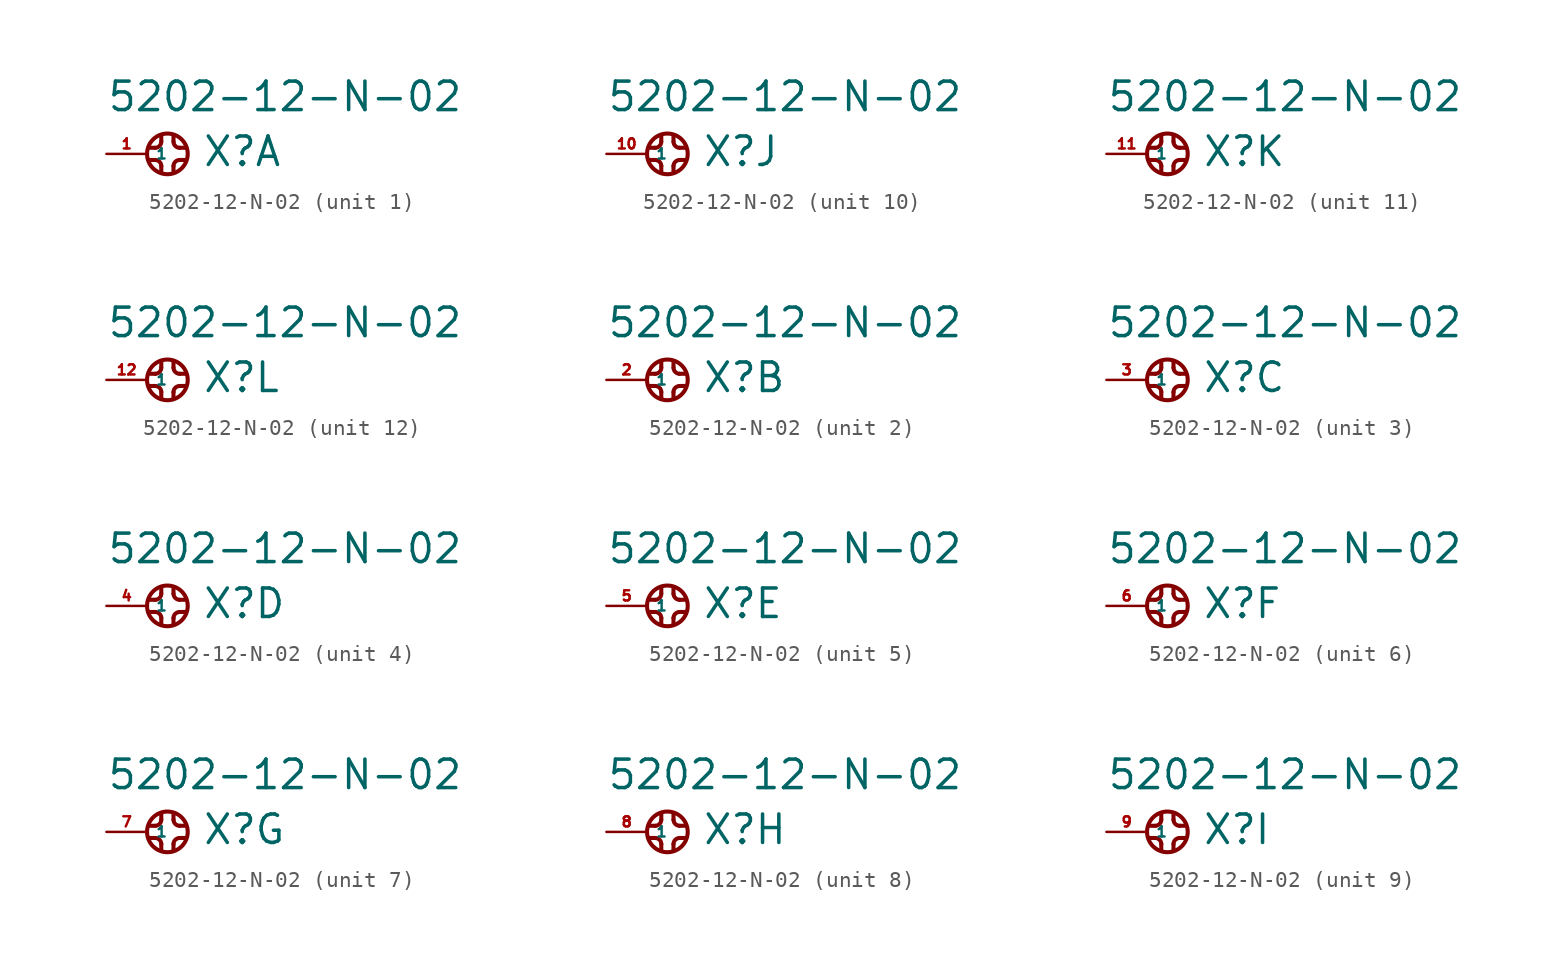
<source format=kicad_sym>
(kicad_symbol_lib
  (version 20220914)
  (generator Eagle2Kicad)
  (symbol "5202-12-N-02"
    (property "Reference" "X"
      (at 3.429 -0.889 0)
      (effects (font (size 1.778 1.778) (thickness 0.22)) (justify left bottom)))
    (property "Value" "5202-12-N-02"
      (at -2.54 2.54 0)
      (effects (font (size 1.778 1.778) (thickness 0.22)) (justify left bottom)))
    (symbol "5202-12-N-02_1_0"
      (polyline (pts (xy 0.889 1.143) (xy 0.889 0.762)) (stroke (width 0.254) (type default)) (fill (type none)))
      (arc (start 0.508 0.381) (mid 0.777 0.493) (end 0.889 0.762) (stroke (width 0.254) (type default)) (fill (type none)))
      (polyline (pts (xy 0.508 0.381) (xy 0.127 0.381)) (stroke (width 0.254) (type default)) (fill (type none)))
      (polyline (pts (xy 0.127 -0.381) (xy 0.508 -0.381)) (stroke (width 0.254) (type default)) (fill (type none)))
      (arc (start 0.889 -0.762) (mid 0.777 -0.493) (end 0.508 -0.381) (stroke (width 0.254) (type default)) (fill (type none)))
      (polyline (pts (xy 0.889 -0.762) (xy 0.889 -1.143)) (stroke (width 0.254) (type default)) (fill (type none)))
      (polyline (pts (xy 1.651 -1.143) (xy 1.651 -0.762)) (stroke (width 0.254) (type default)) (fill (type none)))
      (arc (start 2.032 -0.381) (mid 1.763 -0.493) (end 1.651 -0.762) (stroke (width 0.254) (type default)) (fill (type none)))
      (polyline (pts (xy 2.032 -0.381) (xy 2.413 -0.381)) (stroke (width 0.254) (type default)) (fill (type none)))
      (polyline (pts (xy 2.413 0.381) (xy 2.032 0.381)) (stroke (width 0.254) (type default)) (fill (type none)))
      (arc (start 1.651 0.762) (mid 1.763 0.493) (end 2.032 0.381) (stroke (width 0.254) (type default)) (fill (type none)))
      (polyline (pts (xy 1.651 0.762) (xy 1.651 1.143)) (stroke (width 0.254) (type default)) (fill (type none)))
      (circle (center 1.27 0) (radius 1.27) (stroke (width 0.254) (type default)) (fill (type none)))
      (pin passive line (at -2.54 0 0) (length 2.54) (name "1" (effects (font (size 0.635 0.635) (thickness 0.08)) (justify left bottom))) (number "1" (effects (font (size 0.635 0.635) (thickness 0.08)) (justify left bottom)))))
    (symbol "5202-12-N-02_2_0"
      (polyline (pts (xy 0.889 1.143) (xy 0.889 0.762)) (stroke (width 0.254) (type default)) (fill (type none)))
      (arc (start 0.508 0.381) (mid 0.777 0.493) (end 0.889 0.762) (stroke (width 0.254) (type default)) (fill (type none)))
      (polyline (pts (xy 0.508 0.381) (xy 0.127 0.381)) (stroke (width 0.254) (type default)) (fill (type none)))
      (polyline (pts (xy 0.127 -0.381) (xy 0.508 -0.381)) (stroke (width 0.254) (type default)) (fill (type none)))
      (arc (start 0.889 -0.762) (mid 0.777 -0.493) (end 0.508 -0.381) (stroke (width 0.254) (type default)) (fill (type none)))
      (polyline (pts (xy 0.889 -0.762) (xy 0.889 -1.143)) (stroke (width 0.254) (type default)) (fill (type none)))
      (polyline (pts (xy 1.651 -1.143) (xy 1.651 -0.762)) (stroke (width 0.254) (type default)) (fill (type none)))
      (arc (start 2.032 -0.381) (mid 1.763 -0.493) (end 1.651 -0.762) (stroke (width 0.254) (type default)) (fill (type none)))
      (polyline (pts (xy 2.032 -0.381) (xy 2.413 -0.381)) (stroke (width 0.254) (type default)) (fill (type none)))
      (polyline (pts (xy 2.413 0.381) (xy 2.032 0.381)) (stroke (width 0.254) (type default)) (fill (type none)))
      (arc (start 1.651 0.762) (mid 1.763 0.493) (end 2.032 0.381) (stroke (width 0.254) (type default)) (fill (type none)))
      (polyline (pts (xy 1.651 0.762) (xy 1.651 1.143)) (stroke (width 0.254) (type default)) (fill (type none)))
      (circle (center 1.27 0) (radius 1.27) (stroke (width 0.254) (type default)) (fill (type none)))
      (pin passive line (at -2.54 0 0) (length 2.54) (name "1" (effects (font (size 0.635 0.635) (thickness 0.08)) (justify left bottom))) (number "2" (effects (font (size 0.635 0.635) (thickness 0.08)) (justify left bottom)))))
    (symbol "5202-12-N-02_3_0"
      (polyline (pts (xy 0.889 1.143) (xy 0.889 0.762)) (stroke (width 0.254) (type default)) (fill (type none)))
      (arc (start 0.508 0.381) (mid 0.777 0.493) (end 0.889 0.762) (stroke (width 0.254) (type default)) (fill (type none)))
      (polyline (pts (xy 0.508 0.381) (xy 0.127 0.381)) (stroke (width 0.254) (type default)) (fill (type none)))
      (polyline (pts (xy 0.127 -0.381) (xy 0.508 -0.381)) (stroke (width 0.254) (type default)) (fill (type none)))
      (arc (start 0.889 -0.762) (mid 0.777 -0.493) (end 0.508 -0.381) (stroke (width 0.254) (type default)) (fill (type none)))
      (polyline (pts (xy 0.889 -0.762) (xy 0.889 -1.143)) (stroke (width 0.254) (type default)) (fill (type none)))
      (polyline (pts (xy 1.651 -1.143) (xy 1.651 -0.762)) (stroke (width 0.254) (type default)) (fill (type none)))
      (arc (start 2.032 -0.381) (mid 1.763 -0.493) (end 1.651 -0.762) (stroke (width 0.254) (type default)) (fill (type none)))
      (polyline (pts (xy 2.032 -0.381) (xy 2.413 -0.381)) (stroke (width 0.254) (type default)) (fill (type none)))
      (polyline (pts (xy 2.413 0.381) (xy 2.032 0.381)) (stroke (width 0.254) (type default)) (fill (type none)))
      (arc (start 1.651 0.762) (mid 1.763 0.493) (end 2.032 0.381) (stroke (width 0.254) (type default)) (fill (type none)))
      (polyline (pts (xy 1.651 0.762) (xy 1.651 1.143)) (stroke (width 0.254) (type default)) (fill (type none)))
      (circle (center 1.27 0) (radius 1.27) (stroke (width 0.254) (type default)) (fill (type none)))
      (pin passive line (at -2.54 0 0) (length 2.54) (name "1" (effects (font (size 0.635 0.635) (thickness 0.08)) (justify left bottom))) (number "3" (effects (font (size 0.635 0.635) (thickness 0.08)) (justify left bottom)))))
    (symbol "5202-12-N-02_4_0"
      (polyline (pts (xy 0.889 1.143) (xy 0.889 0.762)) (stroke (width 0.254) (type default)) (fill (type none)))
      (arc (start 0.508 0.381) (mid 0.777 0.493) (end 0.889 0.762) (stroke (width 0.254) (type default)) (fill (type none)))
      (polyline (pts (xy 0.508 0.381) (xy 0.127 0.381)) (stroke (width 0.254) (type default)) (fill (type none)))
      (polyline (pts (xy 0.127 -0.381) (xy 0.508 -0.381)) (stroke (width 0.254) (type default)) (fill (type none)))
      (arc (start 0.889 -0.762) (mid 0.777 -0.493) (end 0.508 -0.381) (stroke (width 0.254) (type default)) (fill (type none)))
      (polyline (pts (xy 0.889 -0.762) (xy 0.889 -1.143)) (stroke (width 0.254) (type default)) (fill (type none)))
      (polyline (pts (xy 1.651 -1.143) (xy 1.651 -0.762)) (stroke (width 0.254) (type default)) (fill (type none)))
      (arc (start 2.032 -0.381) (mid 1.763 -0.493) (end 1.651 -0.762) (stroke (width 0.254) (type default)) (fill (type none)))
      (polyline (pts (xy 2.032 -0.381) (xy 2.413 -0.381)) (stroke (width 0.254) (type default)) (fill (type none)))
      (polyline (pts (xy 2.413 0.381) (xy 2.032 0.381)) (stroke (width 0.254) (type default)) (fill (type none)))
      (arc (start 1.651 0.762) (mid 1.763 0.493) (end 2.032 0.381) (stroke (width 0.254) (type default)) (fill (type none)))
      (polyline (pts (xy 1.651 0.762) (xy 1.651 1.143)) (stroke (width 0.254) (type default)) (fill (type none)))
      (circle (center 1.27 0) (radius 1.27) (stroke (width 0.254) (type default)) (fill (type none)))
      (pin passive line (at -2.54 0 0) (length 2.54) (name "1" (effects (font (size 0.635 0.635) (thickness 0.08)) (justify left bottom))) (number "4" (effects (font (size 0.635 0.635) (thickness 0.08)) (justify left bottom)))))
    (symbol "5202-12-N-02_5_0"
      (polyline (pts (xy 0.889 1.143) (xy 0.889 0.762)) (stroke (width 0.254) (type default)) (fill (type none)))
      (arc (start 0.508 0.381) (mid 0.777 0.493) (end 0.889 0.762) (stroke (width 0.254) (type default)) (fill (type none)))
      (polyline (pts (xy 0.508 0.381) (xy 0.127 0.381)) (stroke (width 0.254) (type default)) (fill (type none)))
      (polyline (pts (xy 0.127 -0.381) (xy 0.508 -0.381)) (stroke (width 0.254) (type default)) (fill (type none)))
      (arc (start 0.889 -0.762) (mid 0.777 -0.493) (end 0.508 -0.381) (stroke (width 0.254) (type default)) (fill (type none)))
      (polyline (pts (xy 0.889 -0.762) (xy 0.889 -1.143)) (stroke (width 0.254) (type default)) (fill (type none)))
      (polyline (pts (xy 1.651 -1.143) (xy 1.651 -0.762)) (stroke (width 0.254) (type default)) (fill (type none)))
      (arc (start 2.032 -0.381) (mid 1.763 -0.493) (end 1.651 -0.762) (stroke (width 0.254) (type default)) (fill (type none)))
      (polyline (pts (xy 2.032 -0.381) (xy 2.413 -0.381)) (stroke (width 0.254) (type default)) (fill (type none)))
      (polyline (pts (xy 2.413 0.381) (xy 2.032 0.381)) (stroke (width 0.254) (type default)) (fill (type none)))
      (arc (start 1.651 0.762) (mid 1.763 0.493) (end 2.032 0.381) (stroke (width 0.254) (type default)) (fill (type none)))
      (polyline (pts (xy 1.651 0.762) (xy 1.651 1.143)) (stroke (width 0.254) (type default)) (fill (type none)))
      (circle (center 1.27 0) (radius 1.27) (stroke (width 0.254) (type default)) (fill (type none)))
      (pin passive line (at -2.54 0 0) (length 2.54) (name "1" (effects (font (size 0.635 0.635) (thickness 0.08)) (justify left bottom))) (number "5" (effects (font (size 0.635 0.635) (thickness 0.08)) (justify left bottom)))))
    (symbol "5202-12-N-02_6_0"
      (polyline (pts (xy 0.889 1.143) (xy 0.889 0.762)) (stroke (width 0.254) (type default)) (fill (type none)))
      (arc (start 0.508 0.381) (mid 0.777 0.493) (end 0.889 0.762) (stroke (width 0.254) (type default)) (fill (type none)))
      (polyline (pts (xy 0.508 0.381) (xy 0.127 0.381)) (stroke (width 0.254) (type default)) (fill (type none)))
      (polyline (pts (xy 0.127 -0.381) (xy 0.508 -0.381)) (stroke (width 0.254) (type default)) (fill (type none)))
      (arc (start 0.889 -0.762) (mid 0.777 -0.493) (end 0.508 -0.381) (stroke (width 0.254) (type default)) (fill (type none)))
      (polyline (pts (xy 0.889 -0.762) (xy 0.889 -1.143)) (stroke (width 0.254) (type default)) (fill (type none)))
      (polyline (pts (xy 1.651 -1.143) (xy 1.651 -0.762)) (stroke (width 0.254) (type default)) (fill (type none)))
      (arc (start 2.032 -0.381) (mid 1.763 -0.493) (end 1.651 -0.762) (stroke (width 0.254) (type default)) (fill (type none)))
      (polyline (pts (xy 2.032 -0.381) (xy 2.413 -0.381)) (stroke (width 0.254) (type default)) (fill (type none)))
      (polyline (pts (xy 2.413 0.381) (xy 2.032 0.381)) (stroke (width 0.254) (type default)) (fill (type none)))
      (arc (start 1.651 0.762) (mid 1.763 0.493) (end 2.032 0.381) (stroke (width 0.254) (type default)) (fill (type none)))
      (polyline (pts (xy 1.651 0.762) (xy 1.651 1.143)) (stroke (width 0.254) (type default)) (fill (type none)))
      (circle (center 1.27 0) (radius 1.27) (stroke (width 0.254) (type default)) (fill (type none)))
      (pin passive line (at -2.54 0 0) (length 2.54) (name "1" (effects (font (size 0.635 0.635) (thickness 0.08)) (justify left bottom))) (number "6" (effects (font (size 0.635 0.635) (thickness 0.08)) (justify left bottom)))))
    (symbol "5202-12-N-02_7_0"
      (polyline (pts (xy 0.889 1.143) (xy 0.889 0.762)) (stroke (width 0.254) (type default)) (fill (type none)))
      (arc (start 0.508 0.381) (mid 0.777 0.493) (end 0.889 0.762) (stroke (width 0.254) (type default)) (fill (type none)))
      (polyline (pts (xy 0.508 0.381) (xy 0.127 0.381)) (stroke (width 0.254) (type default)) (fill (type none)))
      (polyline (pts (xy 0.127 -0.381) (xy 0.508 -0.381)) (stroke (width 0.254) (type default)) (fill (type none)))
      (arc (start 0.889 -0.762) (mid 0.777 -0.493) (end 0.508 -0.381) (stroke (width 0.254) (type default)) (fill (type none)))
      (polyline (pts (xy 0.889 -0.762) (xy 0.889 -1.143)) (stroke (width 0.254) (type default)) (fill (type none)))
      (polyline (pts (xy 1.651 -1.143) (xy 1.651 -0.762)) (stroke (width 0.254) (type default)) (fill (type none)))
      (arc (start 2.032 -0.381) (mid 1.763 -0.493) (end 1.651 -0.762) (stroke (width 0.254) (type default)) (fill (type none)))
      (polyline (pts (xy 2.032 -0.381) (xy 2.413 -0.381)) (stroke (width 0.254) (type default)) (fill (type none)))
      (polyline (pts (xy 2.413 0.381) (xy 2.032 0.381)) (stroke (width 0.254) (type default)) (fill (type none)))
      (arc (start 1.651 0.762) (mid 1.763 0.493) (end 2.032 0.381) (stroke (width 0.254) (type default)) (fill (type none)))
      (polyline (pts (xy 1.651 0.762) (xy 1.651 1.143)) (stroke (width 0.254) (type default)) (fill (type none)))
      (circle (center 1.27 0) (radius 1.27) (stroke (width 0.254) (type default)) (fill (type none)))
      (pin passive line (at -2.54 0 0) (length 2.54) (name "1" (effects (font (size 0.635 0.635) (thickness 0.08)) (justify left bottom))) (number "7" (effects (font (size 0.635 0.635) (thickness 0.08)) (justify left bottom)))))
    (symbol "5202-12-N-02_8_0"
      (polyline (pts (xy 0.889 1.143) (xy 0.889 0.762)) (stroke (width 0.254) (type default)) (fill (type none)))
      (arc (start 0.508 0.381) (mid 0.777 0.493) (end 0.889 0.762) (stroke (width 0.254) (type default)) (fill (type none)))
      (polyline (pts (xy 0.508 0.381) (xy 0.127 0.381)) (stroke (width 0.254) (type default)) (fill (type none)))
      (polyline (pts (xy 0.127 -0.381) (xy 0.508 -0.381)) (stroke (width 0.254) (type default)) (fill (type none)))
      (arc (start 0.889 -0.762) (mid 0.777 -0.493) (end 0.508 -0.381) (stroke (width 0.254) (type default)) (fill (type none)))
      (polyline (pts (xy 0.889 -0.762) (xy 0.889 -1.143)) (stroke (width 0.254) (type default)) (fill (type none)))
      (polyline (pts (xy 1.651 -1.143) (xy 1.651 -0.762)) (stroke (width 0.254) (type default)) (fill (type none)))
      (arc (start 2.032 -0.381) (mid 1.763 -0.493) (end 1.651 -0.762) (stroke (width 0.254) (type default)) (fill (type none)))
      (polyline (pts (xy 2.032 -0.381) (xy 2.413 -0.381)) (stroke (width 0.254) (type default)) (fill (type none)))
      (polyline (pts (xy 2.413 0.381) (xy 2.032 0.381)) (stroke (width 0.254) (type default)) (fill (type none)))
      (arc (start 1.651 0.762) (mid 1.763 0.493) (end 2.032 0.381) (stroke (width 0.254) (type default)) (fill (type none)))
      (polyline (pts (xy 1.651 0.762) (xy 1.651 1.143)) (stroke (width 0.254) (type default)) (fill (type none)))
      (circle (center 1.27 0) (radius 1.27) (stroke (width 0.254) (type default)) (fill (type none)))
      (pin passive line (at -2.54 0 0) (length 2.54) (name "1" (effects (font (size 0.635 0.635) (thickness 0.08)) (justify left bottom))) (number "8" (effects (font (size 0.635 0.635) (thickness 0.08)) (justify left bottom)))))
    (symbol "5202-12-N-02_9_0"
      (polyline (pts (xy 0.889 1.143) (xy 0.889 0.762)) (stroke (width 0.254) (type default)) (fill (type none)))
      (arc (start 0.508 0.381) (mid 0.777 0.493) (end 0.889 0.762) (stroke (width 0.254) (type default)) (fill (type none)))
      (polyline (pts (xy 0.508 0.381) (xy 0.127 0.381)) (stroke (width 0.254) (type default)) (fill (type none)))
      (polyline (pts (xy 0.127 -0.381) (xy 0.508 -0.381)) (stroke (width 0.254) (type default)) (fill (type none)))
      (arc (start 0.889 -0.762) (mid 0.777 -0.493) (end 0.508 -0.381) (stroke (width 0.254) (type default)) (fill (type none)))
      (polyline (pts (xy 0.889 -0.762) (xy 0.889 -1.143)) (stroke (width 0.254) (type default)) (fill (type none)))
      (polyline (pts (xy 1.651 -1.143) (xy 1.651 -0.762)) (stroke (width 0.254) (type default)) (fill (type none)))
      (arc (start 2.032 -0.381) (mid 1.763 -0.493) (end 1.651 -0.762) (stroke (width 0.254) (type default)) (fill (type none)))
      (polyline (pts (xy 2.032 -0.381) (xy 2.413 -0.381)) (stroke (width 0.254) (type default)) (fill (type none)))
      (polyline (pts (xy 2.413 0.381) (xy 2.032 0.381)) (stroke (width 0.254) (type default)) (fill (type none)))
      (arc (start 1.651 0.762) (mid 1.763 0.493) (end 2.032 0.381) (stroke (width 0.254) (type default)) (fill (type none)))
      (polyline (pts (xy 1.651 0.762) (xy 1.651 1.143)) (stroke (width 0.254) (type default)) (fill (type none)))
      (circle (center 1.27 0) (radius 1.27) (stroke (width 0.254) (type default)) (fill (type none)))
      (pin passive line (at -2.54 0 0) (length 2.54) (name "1" (effects (font (size 0.635 0.635) (thickness 0.08)) (justify left bottom))) (number "9" (effects (font (size 0.635 0.635) (thickness 0.08)) (justify left bottom)))))
    (symbol "5202-12-N-02_10_0"
      (polyline (pts (xy 0.889 1.143) (xy 0.889 0.762)) (stroke (width 0.254) (type default)) (fill (type none)))
      (arc (start 0.508 0.381) (mid 0.777 0.493) (end 0.889 0.762) (stroke (width 0.254) (type default)) (fill (type none)))
      (polyline (pts (xy 0.508 0.381) (xy 0.127 0.381)) (stroke (width 0.254) (type default)) (fill (type none)))
      (polyline (pts (xy 0.127 -0.381) (xy 0.508 -0.381)) (stroke (width 0.254) (type default)) (fill (type none)))
      (arc (start 0.889 -0.762) (mid 0.777 -0.493) (end 0.508 -0.381) (stroke (width 0.254) (type default)) (fill (type none)))
      (polyline (pts (xy 0.889 -0.762) (xy 0.889 -1.143)) (stroke (width 0.254) (type default)) (fill (type none)))
      (polyline (pts (xy 1.651 -1.143) (xy 1.651 -0.762)) (stroke (width 0.254) (type default)) (fill (type none)))
      (arc (start 2.032 -0.381) (mid 1.763 -0.493) (end 1.651 -0.762) (stroke (width 0.254) (type default)) (fill (type none)))
      (polyline (pts (xy 2.032 -0.381) (xy 2.413 -0.381)) (stroke (width 0.254) (type default)) (fill (type none)))
      (polyline (pts (xy 2.413 0.381) (xy 2.032 0.381)) (stroke (width 0.254) (type default)) (fill (type none)))
      (arc (start 1.651 0.762) (mid 1.763 0.493) (end 2.032 0.381) (stroke (width 0.254) (type default)) (fill (type none)))
      (polyline (pts (xy 1.651 0.762) (xy 1.651 1.143)) (stroke (width 0.254) (type default)) (fill (type none)))
      (circle (center 1.27 0) (radius 1.27) (stroke (width 0.254) (type default)) (fill (type none)))
      (pin passive line (at -2.54 0 0) (length 2.54) (name "1" (effects (font (size 0.635 0.635) (thickness 0.08)) (justify left bottom))) (number "10" (effects (font (size 0.635 0.635) (thickness 0.08)) (justify left bottom)))))
    (symbol "5202-12-N-02_11_0"
      (polyline (pts (xy 0.889 1.143) (xy 0.889 0.762)) (stroke (width 0.254) (type default)) (fill (type none)))
      (arc (start 0.508 0.381) (mid 0.777 0.493) (end 0.889 0.762) (stroke (width 0.254) (type default)) (fill (type none)))
      (polyline (pts (xy 0.508 0.381) (xy 0.127 0.381)) (stroke (width 0.254) (type default)) (fill (type none)))
      (polyline (pts (xy 0.127 -0.381) (xy 0.508 -0.381)) (stroke (width 0.254) (type default)) (fill (type none)))
      (arc (start 0.889 -0.762) (mid 0.777 -0.493) (end 0.508 -0.381) (stroke (width 0.254) (type default)) (fill (type none)))
      (polyline (pts (xy 0.889 -0.762) (xy 0.889 -1.143)) (stroke (width 0.254) (type default)) (fill (type none)))
      (polyline (pts (xy 1.651 -1.143) (xy 1.651 -0.762)) (stroke (width 0.254) (type default)) (fill (type none)))
      (arc (start 2.032 -0.381) (mid 1.763 -0.493) (end 1.651 -0.762) (stroke (width 0.254) (type default)) (fill (type none)))
      (polyline (pts (xy 2.032 -0.381) (xy 2.413 -0.381)) (stroke (width 0.254) (type default)) (fill (type none)))
      (polyline (pts (xy 2.413 0.381) (xy 2.032 0.381)) (stroke (width 0.254) (type default)) (fill (type none)))
      (arc (start 1.651 0.762) (mid 1.763 0.493) (end 2.032 0.381) (stroke (width 0.254) (type default)) (fill (type none)))
      (polyline (pts (xy 1.651 0.762) (xy 1.651 1.143)) (stroke (width 0.254) (type default)) (fill (type none)))
      (circle (center 1.27 0) (radius 1.27) (stroke (width 0.254) (type default)) (fill (type none)))
      (pin passive line (at -2.54 0 0) (length 2.54) (name "1" (effects (font (size 0.635 0.635) (thickness 0.08)) (justify left bottom))) (number "11" (effects (font (size 0.635 0.635) (thickness 0.08)) (justify left bottom)))))
    (symbol "5202-12-N-02_12_0"
      (polyline (pts (xy 0.889 1.143) (xy 0.889 0.762)) (stroke (width 0.254) (type default)) (fill (type none)))
      (arc (start 0.508 0.381) (mid 0.777 0.493) (end 0.889 0.762) (stroke (width 0.254) (type default)) (fill (type none)))
      (polyline (pts (xy 0.508 0.381) (xy 0.127 0.381)) (stroke (width 0.254) (type default)) (fill (type none)))
      (polyline (pts (xy 0.127 -0.381) (xy 0.508 -0.381)) (stroke (width 0.254) (type default)) (fill (type none)))
      (arc (start 0.889 -0.762) (mid 0.777 -0.493) (end 0.508 -0.381) (stroke (width 0.254) (type default)) (fill (type none)))
      (polyline (pts (xy 0.889 -0.762) (xy 0.889 -1.143)) (stroke (width 0.254) (type default)) (fill (type none)))
      (polyline (pts (xy 1.651 -1.143) (xy 1.651 -0.762)) (stroke (width 0.254) (type default)) (fill (type none)))
      (arc (start 2.032 -0.381) (mid 1.763 -0.493) (end 1.651 -0.762) (stroke (width 0.254) (type default)) (fill (type none)))
      (polyline (pts (xy 2.032 -0.381) (xy 2.413 -0.381)) (stroke (width 0.254) (type default)) (fill (type none)))
      (polyline (pts (xy 2.413 0.381) (xy 2.032 0.381)) (stroke (width 0.254) (type default)) (fill (type none)))
      (arc (start 1.651 0.762) (mid 1.763 0.493) (end 2.032 0.381) (stroke (width 0.254) (type default)) (fill (type none)))
      (polyline (pts (xy 1.651 0.762) (xy 1.651 1.143)) (stroke (width 0.254) (type default)) (fill (type none)))
      (circle (center 1.27 0) (radius 1.27) (stroke (width 0.254) (type default)) (fill (type none)))
      (pin passive line (at -2.54 0 0) (length 2.54) (name "1" (effects (font (size 0.635 0.635) (thickness 0.08)) (justify left bottom))) (number "12" (effects (font (size 0.635 0.635) (thickness 0.08)) (justify left bottom)))))))
</source>
